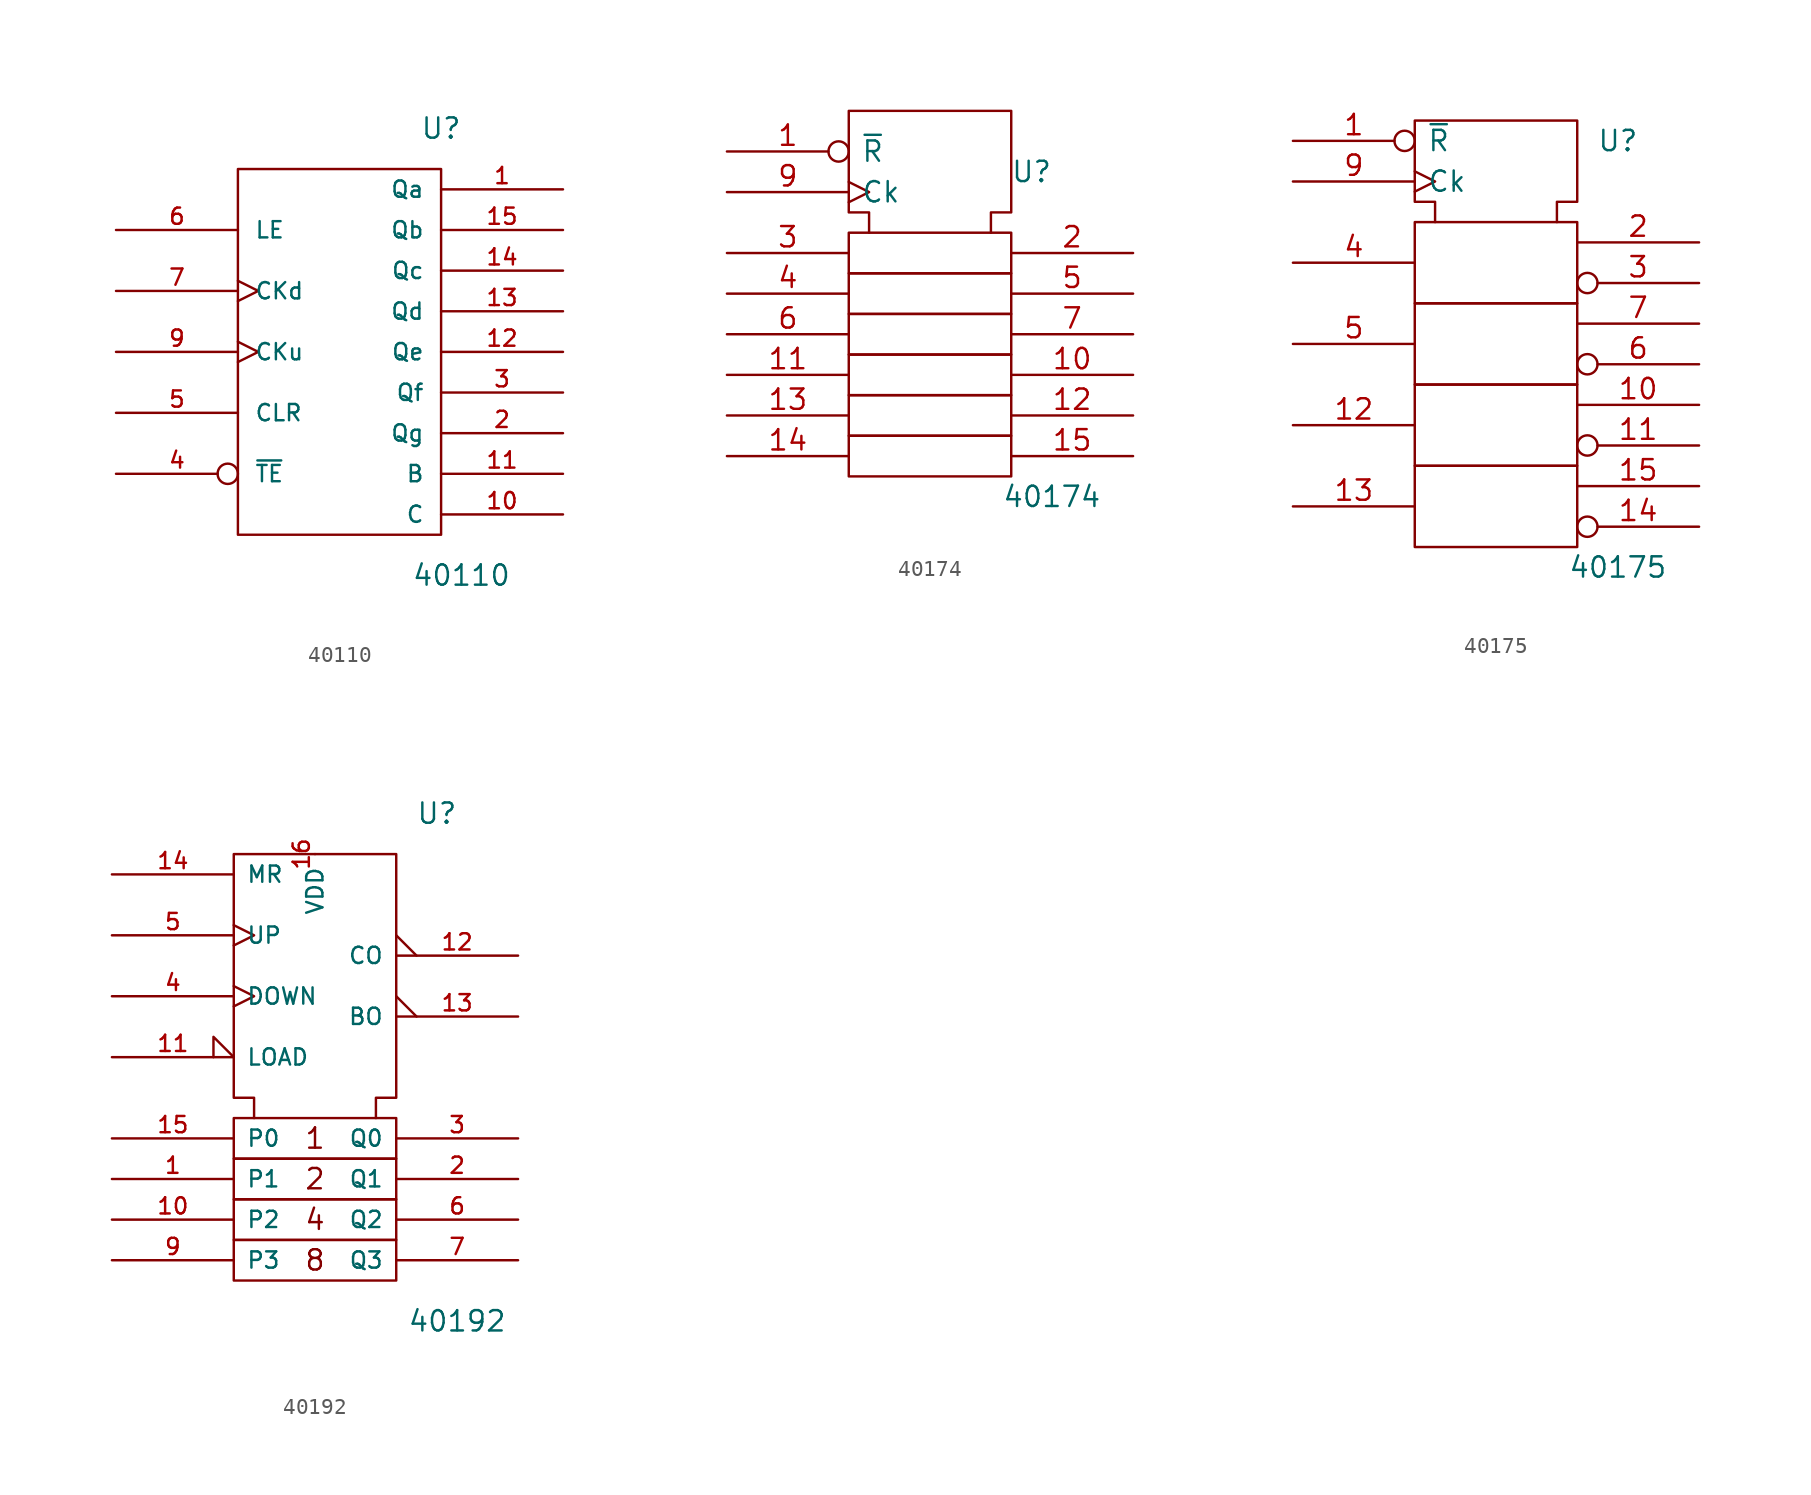
<source format=kicad_sym>
(kicad_symbol_lib
  (version 20201005)
  (generator kicad_symbol_editor)
  (symbol "4xxx_IEEE:40110"
    (pin_names
      (offset 1.016))
    (property "Reference" "U"
      (at 6.35 13.97 0)
      (effects (font (size 1.27 1.27))))
    (property "Value" "40110"
      (at 7.62 -13.97 0)
      (effects (font (size 1.27 1.27))))
    (symbol "40110_0_1"
      (rectangle (start -6.35 11.43) (end 6.35 -11.43) (stroke (width 0)) (fill (type none))))
    (symbol "40110_1_1"
      (pin output line (at 13.97 10.16 180) (length 7.62) (name "Qa" (effects (font (size 1.016 1.016)))) (number "1" (effects (font (size 1.016 1.016)))))
      (pin output line (at 13.97 -10.16 180) (length 7.62) (name "C" (effects (font (size 1.016 1.016)))) (number "10" (effects (font (size 1.016 1.016)))))
      (pin output line (at 13.97 -7.62 180) (length 7.62) (name "B" (effects (font (size 1.016 1.016)))) (number "11" (effects (font (size 1.016 1.016)))))
      (pin output line (at 13.97 0 180) (length 7.62) (name "Qe" (effects (font (size 1.016 1.016)))) (number "12" (effects (font (size 1.016 1.016)))))
      (pin output line (at 13.97 2.54 180) (length 7.62) (name "Qd" (effects (font (size 1.016 1.016)))) (number "13" (effects (font (size 1.016 1.016)))))
      (pin output line (at 13.97 5.08 180) (length 7.62) (name "Qc" (effects (font (size 1.016 1.016)))) (number "14" (effects (font (size 1.016 1.016)))))
      (pin output line (at 13.97 7.62 180) (length 7.62) (name "Qb" (effects (font (size 1.016 1.016)))) (number "15" (effects (font (size 1.016 1.016)))))
      (pin output line (at 0 11.43 270) (length 0) hide (name "Vdd" (effects (font (size 1.016 1.016)))) (number "16" (effects (font (size 1.016 1.016)))))
      (pin output line (at 13.97 -5.08 180) (length 7.62) (name "Qg" (effects (font (size 1.016 1.016)))) (number "2" (effects (font (size 1.016 1.016)))))
      (pin output line (at 13.97 -2.54 180) (length 7.62) (name "Qf" (effects (font (size 1.016 1.016)))) (number "3" (effects (font (size 1.016 1.016)))))
      (pin input inverted (at -13.97 -7.62 0) (length 7.62) (name "~TE" (effects (font (size 1.016 1.016)))) (number "4" (effects (font (size 1.016 1.016)))))
      (pin input line (at -13.97 -3.81 0) (length 7.62) (name "CLR" (effects (font (size 1.016 1.016)))) (number "5" (effects (font (size 1.016 1.016)))))
      (pin input line (at -13.97 7.62 0) (length 7.62) (name "LE" (effects (font (size 1.016 1.016)))) (number "6" (effects (font (size 1.016 1.016)))))
      (pin input clock (at -13.97 3.81 0) (length 7.62) (name "CKd" (effects (font (size 1.016 1.016)))) (number "7" (effects (font (size 1.016 1.016)))))
      (pin output line (at 0 -11.43 90) (length 0) hide (name "Vss" (effects (font (size 1.016 1.016)))) (number "8" (effects (font (size 1.016 1.016)))))
      (pin input clock (at -13.97 0 0) (length 7.62) (name "CKu" (effects (font (size 1.016 1.016)))) (number "9" (effects (font (size 1.016 1.016)))))))
  (symbol "4xxx_IEEE:40174"
    (pin_names
      (offset 0.762))
    (property "Reference" "U"
      (at 6.35 8.89 0)
      (effects (font (size 1.27 1.27))))
    (property "Value" "40174"
      (at 7.62 -11.43 0)
      (effects (font (size 1.27 1.27))))
    (symbol "40174_0_0"
      (pin input inverted (at -12.7 10.16 0) (length 7.62) (name "~R" (effects (font (size 1.27 1.27)))) (number "1" (effects (font (size 1.27 1.27)))))
      (pin power_in line (at 3.81 12.7 270) (length 0) hide (name "Vdd" (effects (font (size 1.27 1.27)))) (number "16" (effects (font (size 1.27 1.27)))))
      (pin power_in line (at 0 12.7 270) (length 0) hide (name "Vss" (effects (font (size 1.27 1.27)))) (number "8" (effects (font (size 1.27 1.27)))))
      (pin input clock (at -12.7 7.62 0) (length 7.62) (name "Ck" (effects (font (size 1.27 1.27)))) (number "9" (effects (font (size 1.27 1.27))))))
    (symbol "40174_0_1"
      (rectangle (start -5.08 -7.62) (end 5.08 -10.16) (stroke (width 0)) (fill (type none)))
      (rectangle (start -5.08 -5.08) (end 5.08 -7.62) (stroke (width 0)) (fill (type none)))
      (rectangle (start -5.08 -2.54) (end 5.08 -5.08) (stroke (width 0)) (fill (type none)))
      (rectangle (start -5.08 0) (end 5.08 -2.54) (stroke (width 0)) (fill (type none)))
      (rectangle (start -5.08 2.54) (end 5.08 0) (stroke (width 0)) (fill (type none)))
      (rectangle (start -5.08 5.08) (end 5.08 2.54) (stroke (width 0)) (fill (type none)))
      (polyline (pts (xy -3.81 5.08) (xy -3.81 6.35) (xy -5.08 6.35) (xy -5.08 12.7) (xy 5.08 12.7) (xy 5.08 6.35) (xy 3.81 6.35) (xy 3.81 5.08) (xy 3.81 5.08)) (stroke (width 0)) (fill (type none))))
    (symbol "40174_1_0"
      (pin output line (at 12.7 -3.81 180) (length 7.62) (name "~" (effects (font (size 1.27 1.27)))) (number "10" (effects (font (size 1.27 1.27)))))
      (pin input line (at -12.7 -3.81 0) (length 7.62) (name "~" (effects (font (size 1.27 1.27)))) (number "11" (effects (font (size 1.27 1.27)))))
      (pin output line (at 12.7 -6.35 180) (length 7.62) (name "~" (effects (font (size 1.27 1.27)))) (number "12" (effects (font (size 1.27 1.27)))))
      (pin input line (at -12.7 -6.35 0) (length 7.62) (name "~" (effects (font (size 1.27 1.27)))) (number "13" (effects (font (size 1.27 1.27)))))
      (pin input line (at -12.7 -8.89 0) (length 7.62) (name "~" (effects (font (size 1.27 1.27)))) (number "14" (effects (font (size 1.27 1.27)))))
      (pin output line (at 12.7 -8.89 180) (length 7.62) (name "~" (effects (font (size 1.27 1.27)))) (number "15" (effects (font (size 1.27 1.27)))))
      (pin output line (at 12.7 3.81 180) (length 7.62) (name "~" (effects (font (size 1.27 1.27)))) (number "2" (effects (font (size 1.27 1.27)))))
      (pin input line (at -12.7 3.81 0) (length 7.62) (name "~" (effects (font (size 1.27 1.27)))) (number "3" (effects (font (size 1.27 1.27)))))
      (pin input line (at -12.7 1.27 0) (length 7.62) (name "~" (effects (font (size 1.27 1.27)))) (number "4" (effects (font (size 1.27 1.27)))))
      (pin output line (at 12.7 1.27 180) (length 7.62) (name "~" (effects (font (size 1.27 1.27)))) (number "5" (effects (font (size 1.27 1.27)))))
      (pin input line (at -12.7 -1.27 0) (length 7.62) (name "~" (effects (font (size 1.27 1.27)))) (number "6" (effects (font (size 1.27 1.27)))))
      (pin output line (at 12.7 -1.27 180) (length 7.62) (name "~" (effects (font (size 1.27 1.27)))) (number "7" (effects (font (size 1.27 1.27)))))))
  (symbol "4xxx_IEEE:40175"
    (pin_names
      (offset 0.762))
    (property "Reference" "U"
      (at 7.62 11.43 0)
      (effects (font (size 1.27 1.27))))
    (property "Value" "40175"
      (at 7.62 -15.24 0)
      (effects (font (size 1.27 1.27))))
    (symbol "40175_0_1"
      (rectangle (start -5.08 -8.89) (end 5.08 -13.97) (stroke (width 0)) (fill (type none)))
      (rectangle (start -5.08 1.27) (end 5.08 -3.81) (stroke (width 0)) (fill (type none)))
      (rectangle (start 5.08 -3.81) (end -5.08 -8.89) (stroke (width 0)) (fill (type none)))
      (rectangle (start 5.08 6.35) (end -5.08 1.27) (stroke (width 0)) (fill (type none)))
      (polyline (pts (xy -3.81 6.35) (xy -3.81 7.62) (xy -5.08 7.62) (xy -5.08 12.7) (xy 5.08 12.7) (xy 5.08 7.62) (xy 3.81 7.62) (xy 3.81 6.35) (xy 3.81 6.35)) (stroke (width 0)) (fill (type none))))
    (symbol "40175_1_0"
      (pin input inverted (at -12.7 11.43 0) (length 7.62) (name "~R" (effects (font (size 1.27 1.27)))) (number "1" (effects (font (size 1.27 1.27)))))
      (pin output line (at 12.7 -5.08 180) (length 7.62) (name "~" (effects (font (size 1.27 1.27)))) (number "10" (effects (font (size 1.27 1.27)))))
      (pin output inverted (at 12.7 -7.62 180) (length 7.62) (name "~" (effects (font (size 1.27 1.27)))) (number "11" (effects (font (size 1.27 1.27)))))
      (pin input line (at -12.7 -6.35 0) (length 7.62) (name "~" (effects (font (size 1.27 1.27)))) (number "12" (effects (font (size 1.27 1.27)))))
      (pin input line (at -12.7 -11.43 0) (length 7.62) (name "~" (effects (font (size 1.27 1.27)))) (number "13" (effects (font (size 1.27 1.27)))))
      (pin output inverted (at 12.7 -12.7 180) (length 7.62) (name "~" (effects (font (size 1.27 1.27)))) (number "14" (effects (font (size 1.27 1.27)))))
      (pin output line (at 12.7 -10.16 180) (length 7.62) (name "~" (effects (font (size 1.27 1.27)))) (number "15" (effects (font (size 1.27 1.27)))))
      (pin power_in line (at 3.81 12.7 270) (length 0) hide (name "Vdd" (effects (font (size 1.27 1.27)))) (number "16" (effects (font (size 1.27 1.27)))))
      (pin output line (at 12.7 5.08 180) (length 7.62) (name "~" (effects (font (size 1.27 1.27)))) (number "2" (effects (font (size 1.27 1.27)))))
      (pin output inverted (at 12.7 2.54 180) (length 7.62) (name "~" (effects (font (size 1.27 1.27)))) (number "3" (effects (font (size 1.27 1.27)))))
      (pin input line (at -12.7 3.81 0) (length 7.62) (name "~" (effects (font (size 1.27 1.27)))) (number "4" (effects (font (size 1.27 1.27)))))
      (pin input line (at -12.7 -1.27 0) (length 7.62) (name "~" (effects (font (size 1.27 1.27)))) (number "5" (effects (font (size 1.27 1.27)))))
      (pin output inverted (at 12.7 -2.54 180) (length 7.62) (name "~" (effects (font (size 1.27 1.27)))) (number "6" (effects (font (size 1.27 1.27)))))
      (pin output line (at 12.7 0 180) (length 7.62) (name "~" (effects (font (size 1.27 1.27)))) (number "7" (effects (font (size 1.27 1.27)))))
      (pin power_in line (at 0 12.7 270) (length 0) hide (name "Vss" (effects (font (size 1.27 1.27)))) (number "8" (effects (font (size 1.27 1.27)))))
      (pin input clock (at -12.7 8.89 0) (length 7.62) (name "Ck" (effects (font (size 1.27 1.27)))) (number "9" (effects (font (size 1.27 1.27)))))))
  (symbol "4xxx_IEEE:40192"
    (pin_names
      (offset 0.762))
    (property "Reference" "U"
      (at 7.62 12.7 0)
      (effects (font (size 1.27 1.27))))
    (property "Value" "40192"
      (at 8.89 -19.05 0)
      (effects (font (size 1.27 1.27))))
    (symbol "40192_0_0"
      (text "1" (at 0 -7.62 0) (effects (font (size 1.27 1.27))))
      (text "2" (at 0 -10.16 0) (effects (font (size 1.27 1.27))))
      (text "4" (at 0 -12.7 0) (effects (font (size 1.27 1.27))))
      (text "8" (at 0 -15.24 0) (effects (font (size 1.27 1.27)))))
    (symbol "40192_0_1"
      (rectangle (start -5.08 -13.97) (end 5.08 -16.51) (stroke (width 0)) (fill (type none)))
      (rectangle (start -5.08 -11.43) (end 5.08 -13.97) (stroke (width 0)) (fill (type none)))
      (rectangle (start -5.08 -8.89) (end 5.08 -11.43) (stroke (width 0)) (fill (type none)))
      (rectangle (start -5.08 -6.35) (end 5.08 -8.89) (stroke (width 0)) (fill (type none)))
      (polyline (pts (xy -3.81 -6.35) (xy -3.81 -5.08) (xy -5.08 -5.08) (xy -5.08 10.16) (xy 5.08 10.16) (xy 5.08 -5.08) (xy 3.81 -5.08) (xy 3.81 -6.35) (xy 3.81 -6.35)) (stroke (width 0)) (fill (type none))))
    (symbol "40192_1_1"
      (pin input line (at -12.7 -10.16 0) (length 7.62) (name "P1" (effects (font (size 1.016 1.016)))) (number "1" (effects (font (size 1.016 1.016)))))
      (pin input line (at -12.7 -12.7 0) (length 7.62) (name "P2" (effects (font (size 1.016 1.016)))) (number "10" (effects (font (size 1.016 1.016)))))
      (pin input input_low (at -12.7 -2.54 0) (length 7.62) (name "LOAD" (effects (font (size 1.016 1.016)))) (number "11" (effects (font (size 1.016 1.016)))))
      (pin output output_low (at 12.7 3.81 180) (length 7.62) (name "CO" (effects (font (size 1.016 1.016)))) (number "12" (effects (font (size 1.016 1.016)))))
      (pin output output_low (at 12.7 0 180) (length 7.62) (name "BO" (effects (font (size 1.016 1.016)))) (number "13" (effects (font (size 1.016 1.016)))))
      (pin input line (at -12.7 8.89 0) (length 7.62) (name "MR" (effects (font (size 1.016 1.016)))) (number "14" (effects (font (size 1.016 1.016)))))
      (pin input line (at -12.7 -7.62 0) (length 7.62) (name "P0" (effects (font (size 1.016 1.016)))) (number "15" (effects (font (size 1.016 1.016)))))
      (pin power_in line (at 0 10.16 270) (length 0) (name "VDD" (effects (font (size 1.016 1.016)))) (number "16" (effects (font (size 1.016 1.016)))))
      (pin output line (at 12.7 -10.16 180) (length 7.62) (name "Q1" (effects (font (size 1.016 1.016)))) (number "2" (effects (font (size 1.016 1.016)))))
      (pin output line (at 12.7 -7.62 180) (length 7.62) (name "Q0" (effects (font (size 1.016 1.016)))) (number "3" (effects (font (size 1.016 1.016)))))
      (pin input clock (at -12.7 1.27 0) (length 7.62) (name "DOWN" (effects (font (size 1.016 1.016)))) (number "4" (effects (font (size 1.016 1.016)))))
      (pin input clock (at -12.7 5.08 0) (length 7.62) (name "UP" (effects (font (size 1.016 1.016)))) (number "5" (effects (font (size 1.016 1.016)))))
      (pin output line (at 12.7 -12.7 180) (length 7.62) (name "Q2" (effects (font (size 1.016 1.016)))) (number "6" (effects (font (size 1.016 1.016)))))
      (pin output line (at 12.7 -15.24 180) (length 7.62) (name "Q3" (effects (font (size 1.016 1.016)))) (number "7" (effects (font (size 1.016 1.016)))))
      (pin power_in line (at 2.54 10.16 270) (length 0) hide (name "VSS" (effects (font (size 1.016 1.016)))) (number "8" (effects (font (size 1.016 1.016)))))
      (pin input line (at -12.7 -15.24 0) (length 7.62) (name "P3" (effects (font (size 1.016 1.016)))) (number "9" (effects (font (size 1.016 1.016))))))))
</source>
